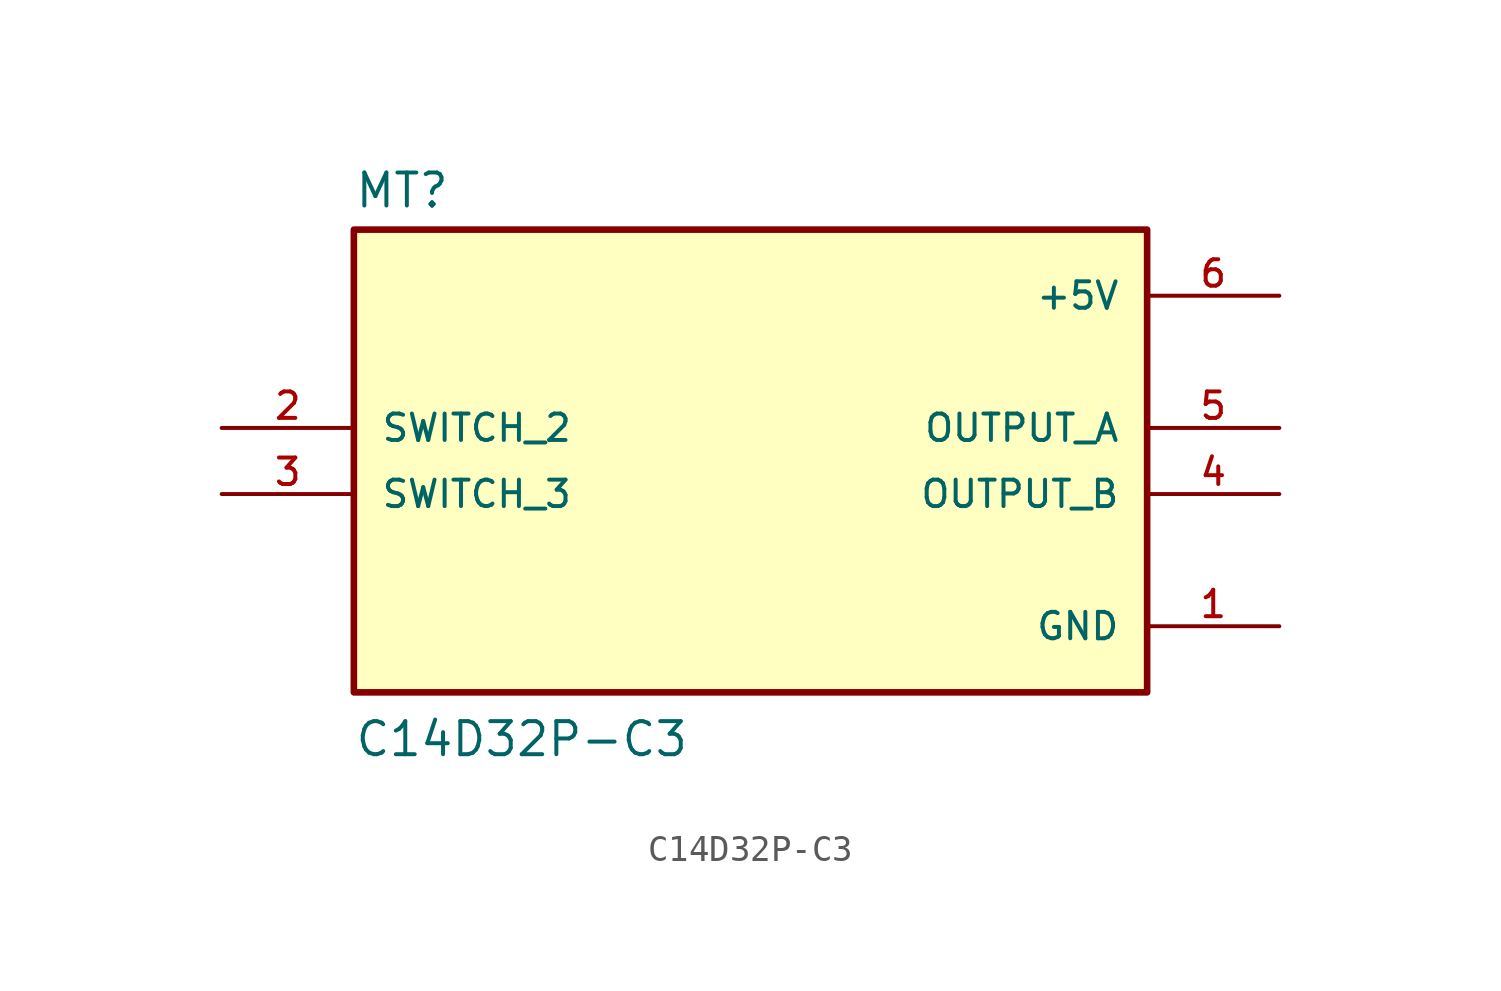
<source format=kicad_sym>
(kicad_symbol_lib
  (version 20211014)
  (generator kicad_symbol_editor)
  (symbol "C14D32P-C3"
    (pin_names
      (offset 1.016))
    (property "Reference" "MT"
      (at -15.24 8.382 0)
      (effects (font (size 1.27 1.27)) (justify bottom left)))
    (property "Value" "C14D32P-C3"
      (at -15.24 -12.7 0)
      (effects (font (size 1.27 1.27)) (justify bottom left)))
    (symbol "C14D32P-C3_0_0"
      (rectangle (start -15.24 -10.16) (end 15.24 7.62) (stroke (width 0.254)) (fill (type background)))
      (pin power_in line (at 20.32 5.08 180.0) (length 5.08) (name "+5V" (effects (font (size 1.016 1.016)))) (number "6" (effects (font (size 1.016 1.016)))))
      (pin output line (at 20.32 0.0 180.0) (length 5.08) (name "OUTPUT_A" (effects (font (size 1.016 1.016)))) (number "5" (effects (font (size 1.016 1.016)))))
      (pin power_in line (at 20.32 -7.62 180.0) (length 5.08) (name "GND" (effects (font (size 1.016 1.016)))) (number "1" (effects (font (size 1.016 1.016)))))
      (pin output line (at 20.32 -2.54 180.0) (length 5.08) (name "OUTPUT_B" (effects (font (size 1.016 1.016)))) (number "4" (effects (font (size 1.016 1.016)))))
      (pin passive line (at -20.32 0.0 0) (length 5.08) (name "SWITCH_2" (effects (font (size 1.016 1.016)))) (number "2" (effects (font (size 1.016 1.016)))))
      (pin passive line (at -20.32 -2.54 0) (length 5.08) (name "SWITCH_3" (effects (font (size 1.016 1.016)))) (number "3" (effects (font (size 1.016 1.016))))))))
</source>
